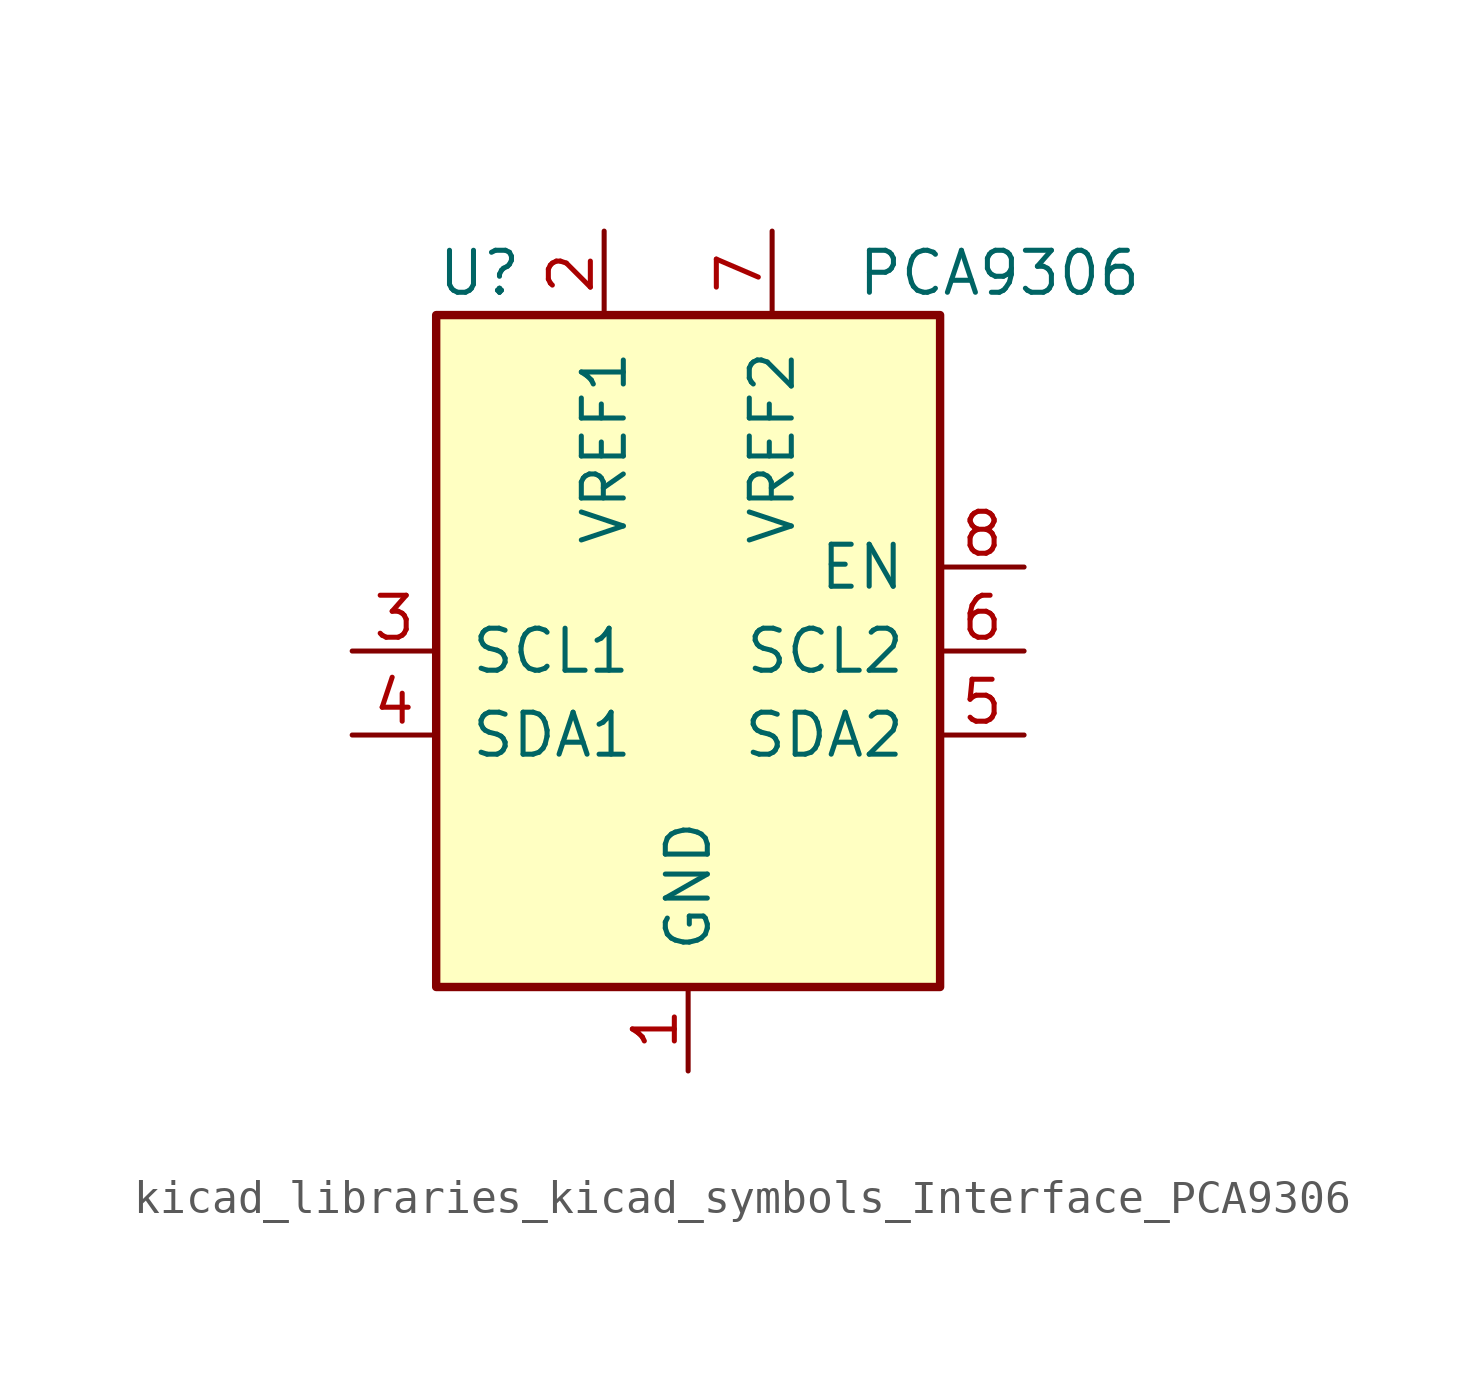
<source format=kicad_sym>
(kicad_symbol_lib
  (version 20220914)
  (generator kicad_symbol_editor)
  (symbol "kicad_libraries_kicad_symbols_Interface_PCA9306"
    (pin_names
      (offset 1.016))
    (property "Reference" "U"
      (at -7.62 11.43 0)
      (effects (font (size 1.27 1.27)) (justify left)))
    (property "Value" "PCA9306"
      (at 5.08 11.43 0)
      (effects (font (size 1.27 1.27)) (justify left)))
    (symbol "kicad_libraries_kicad_symbols_Interface_PCA9306_0_1"
      (rectangle (start -7.62 10.16) (end 7.62 -10.16) (stroke (width 0.254) (type default)) (fill (type background))))
    (symbol "kicad_libraries_kicad_symbols_Interface_PCA9306_1_1"
      (pin power_in line (at 0 -12.7 90) (length 2.54) (name "GND" (effects (font (size 1.27 1.27)))) (number "1" (effects (font (size 1.27 1.27)))))
      (pin power_in line (at -2.54 12.7 270) (length 2.54) (name "VREF1" (effects (font (size 1.27 1.27)))) (number "2" (effects (font (size 1.27 1.27)))))
      (pin bidirectional line (at -10.16 0 0) (length 2.54) (name "SCL1" (effects (font (size 1.27 1.27)))) (number "3" (effects (font (size 1.27 1.27)))))
      (pin bidirectional line (at -10.16 -2.54 0) (length 2.54) (name "SDA1" (effects (font (size 1.27 1.27)))) (number "4" (effects (font (size 1.27 1.27)))))
      (pin bidirectional line (at 10.16 -2.54 180) (length 2.54) (name "SDA2" (effects (font (size 1.27 1.27)))) (number "5" (effects (font (size 1.27 1.27)))))
      (pin bidirectional line (at 10.16 0 180) (length 2.54) (name "SCL2" (effects (font (size 1.27 1.27)))) (number "6" (effects (font (size 1.27 1.27)))))
      (pin power_in line (at 2.54 12.7 270) (length 2.54) (name "VREF2" (effects (font (size 1.27 1.27)))) (number "7" (effects (font (size 1.27 1.27)))))
      (pin input line (at 10.16 2.54 180) (length 2.54) (name "EN" (effects (font (size 1.27 1.27)))) (number "8" (effects (font (size 1.27 1.27))))))))
</source>
